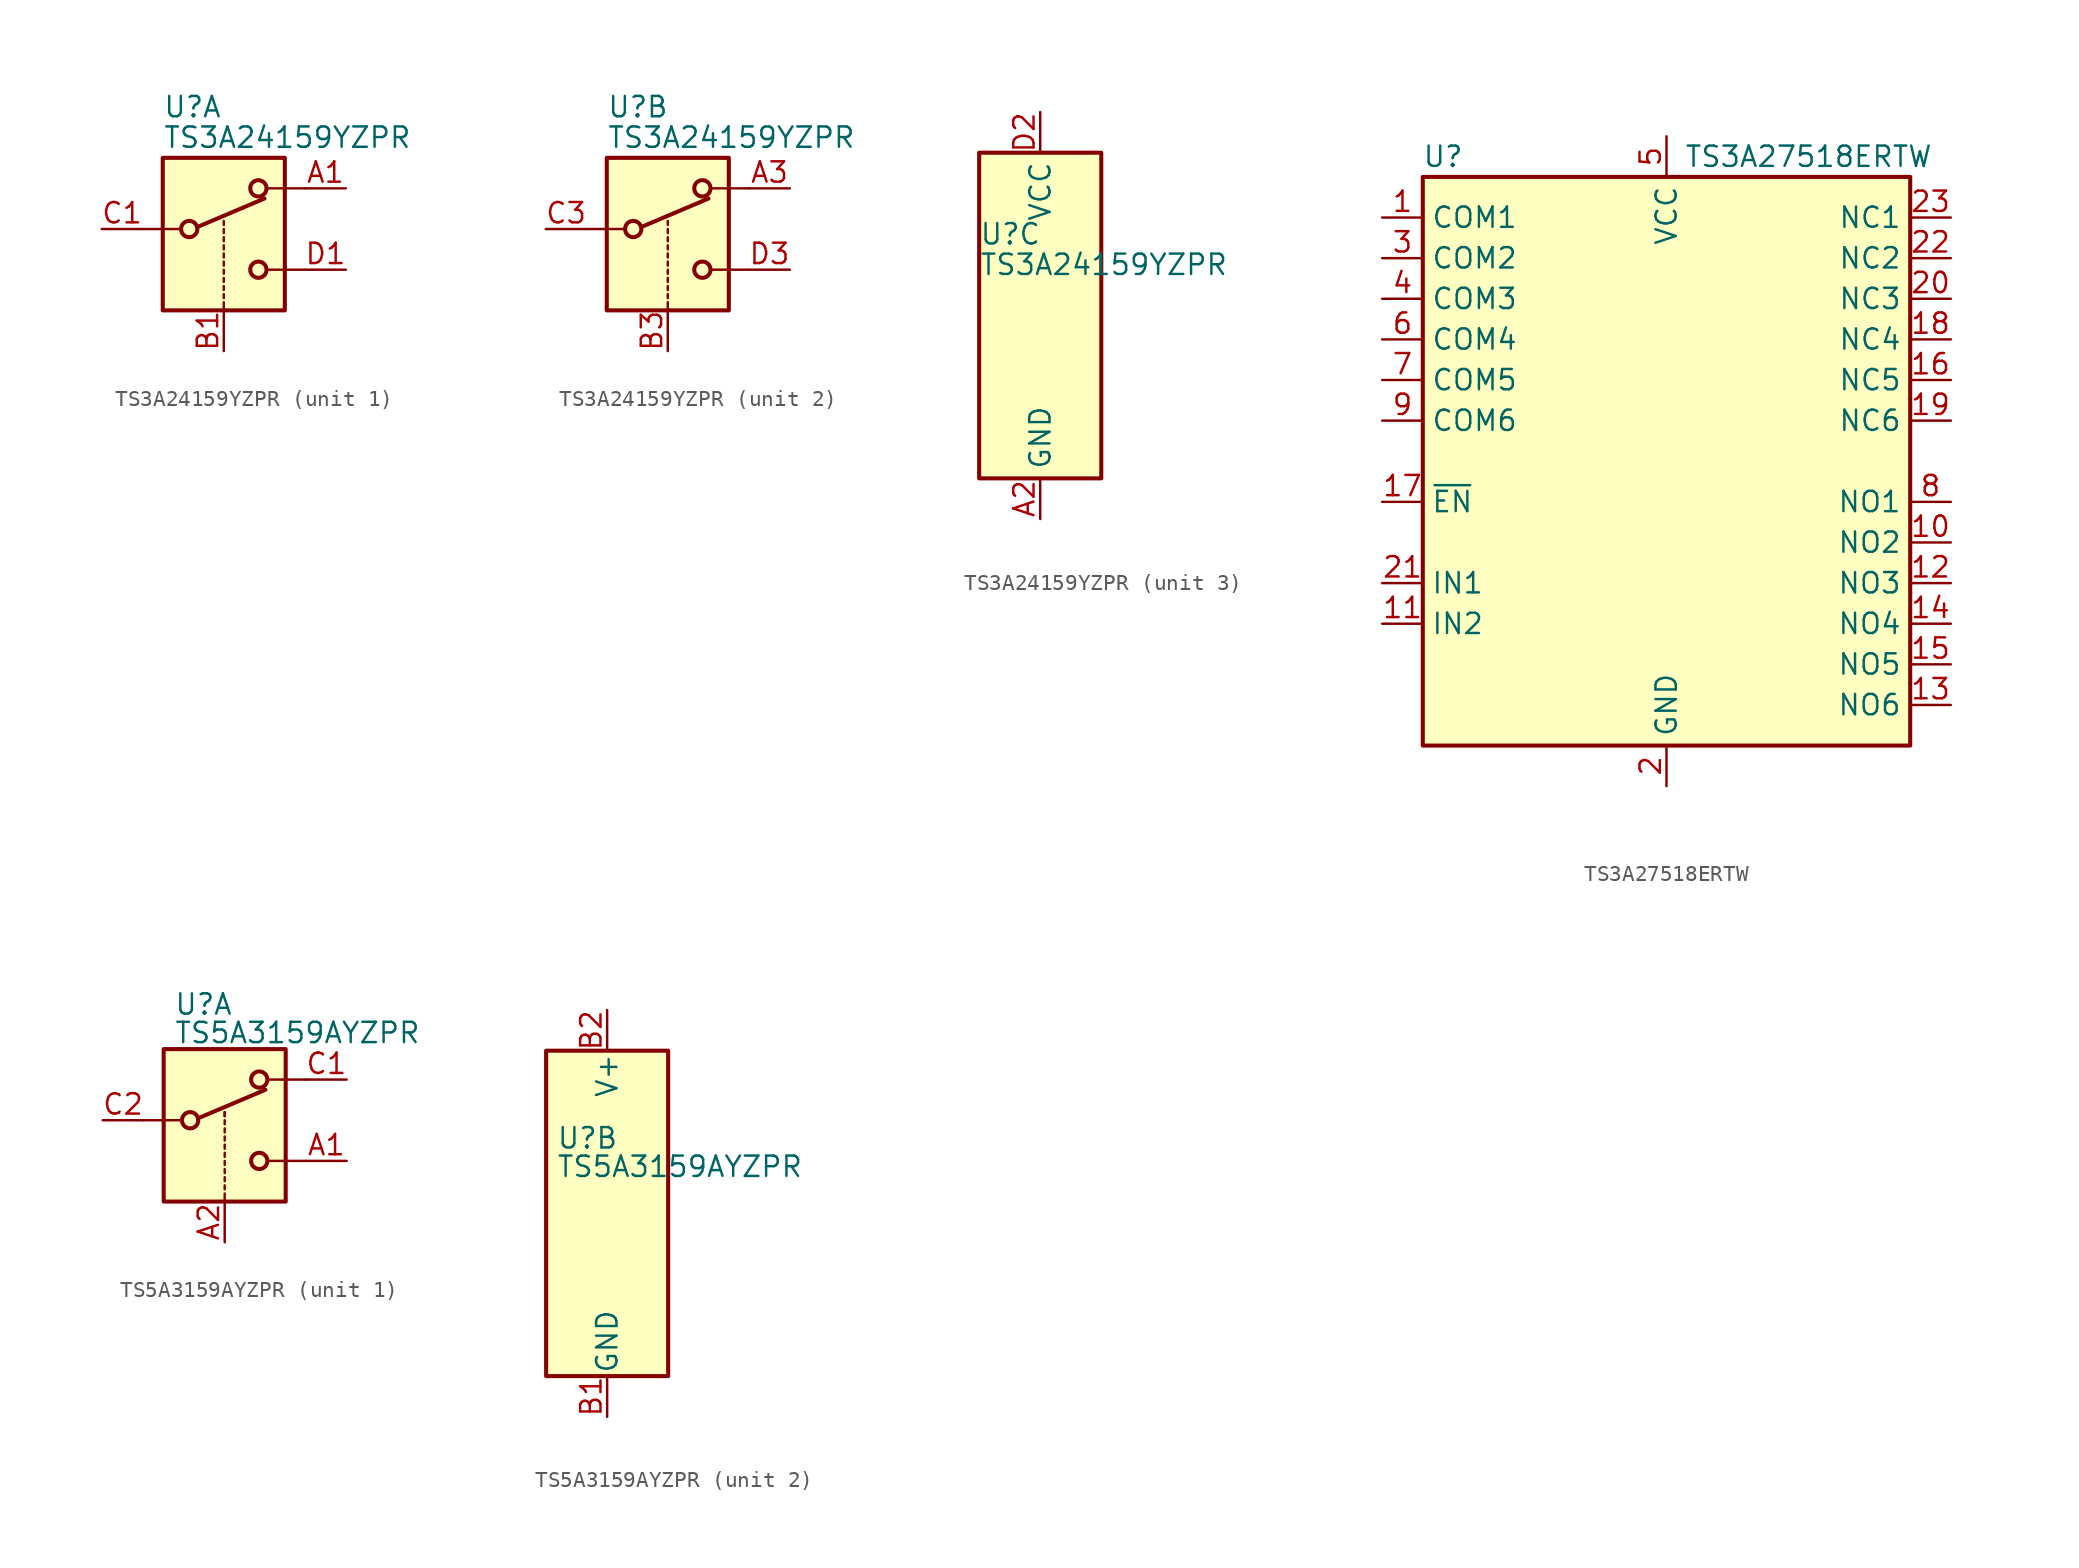
<source format=kicad_sym>
(kicad_symbol_lib
  (version 20211014)
  (generator kicad_symbol_editor)
  (symbol "TS3A24159YZPR"
    (property "Reference" "U"
      (at -3.81 5.08 0)
      (effects (font (size 1.27 1.27)) (justify left)))
    (property "Value" "TS3A24159YZPR"
      (at -3.81 3.175 0)
      (effects (font (size 1.27 1.27)) (justify left)))
    (property "ki_locked" ""
      (at 0 0 0)
      (effects (font (size 1.27 1.27))))
    (symbol "TS3A24159YZPR_1_1"
      (rectangle (start -3.81 1.905) (end 3.81 -7.62) (stroke (width 0.254) (type default) (color 0 0 0 0)) (fill (type background)))
      (circle (center -2.159 -2.54) (radius 0.508) (stroke (width 0.254) (type default) (color 0 0 0 0)) (fill (type none)))
      (polyline (pts (xy -5.08 -2.54) (xy -2.794 -2.54)) (stroke (width 0) (type default) (color 0 0 0 0)) (fill (type none)))
      (polyline (pts (xy -1.651 -2.413) (xy 2.54 -0.635)) (stroke (width 0.254) (type default) (color 0 0 0 0)) (fill (type none)))
      (polyline (pts (xy 0 -7.62) (xy 0 -7.112)) (stroke (width 0) (type default) (color 0 0 0 0)) (fill (type none)))
      (polyline (pts (xy 0 -6.858) (xy 0 -6.604)) (stroke (width 0) (type default) (color 0 0 0 0)) (fill (type none)))
      (polyline (pts (xy 0 -6.35) (xy 0 -6.096)) (stroke (width 0) (type default) (color 0 0 0 0)) (fill (type none)))
      (polyline (pts (xy 0 -5.842) (xy 0 -5.588)) (stroke (width 0) (type default) (color 0 0 0 0)) (fill (type none)))
      (polyline (pts (xy 0 -5.334) (xy 0 -5.08)) (stroke (width 0) (type default) (color 0 0 0 0)) (fill (type none)))
      (polyline (pts (xy 0 -4.826) (xy 0 -4.572)) (stroke (width 0) (type default) (color 0 0 0 0)) (fill (type none)))
      (polyline (pts (xy 0 -4.318) (xy 0 -4.064)) (stroke (width 0) (type default) (color 0 0 0 0)) (fill (type none)))
      (polyline (pts (xy 0 -3.81) (xy 0 -3.556)) (stroke (width 0) (type default) (color 0 0 0 0)) (fill (type none)))
      (polyline (pts (xy 0 -3.302) (xy 0 -3.048)) (stroke (width 0) (type default) (color 0 0 0 0)) (fill (type none)))
      (polyline (pts (xy 0 -2.794) (xy 0 -2.54)) (stroke (width 0) (type default) (color 0 0 0 0)) (fill (type none)))
      (polyline (pts (xy 0 -2.286) (xy 0 -2.032)) (stroke (width 0) (type default) (color 0 0 0 0)) (fill (type none)))
      (polyline (pts (xy 5.08 -5.08) (xy 2.794 -5.08)) (stroke (width 0) (type default) (color 0 0 0 0)) (fill (type none)))
      (polyline (pts (xy 5.08 0) (xy 2.794 0)) (stroke (width 0) (type default) (color 0 0 0 0)) (fill (type none)))
      (circle (center 2.159 -5.08) (radius 0.508) (stroke (width 0.254) (type default) (color 0 0 0 0)) (fill (type none)))
      (circle (center 2.159 0) (radius 0.508) (stroke (width 0.254) (type default) (color 0 0 0 0)) (fill (type none)))
      (pin passive line (at 7.62 0 180) (length 2.54) (name "~" (effects (font (size 1.27 1.27)))) (number "A1" (effects (font (size 1.27 1.27)))))
      (pin input line (at 0 -10.16 90) (length 2.54) (name "~" (effects (font (size 1.27 1.27)))) (number "B1" (effects (font (size 1.27 1.27)))))
      (pin passive line (at -7.62 -2.54 0) (length 2.54) (name "~" (effects (font (size 1.27 1.27)))) (number "C1" (effects (font (size 1.27 1.27)))))
      (pin passive line (at 7.62 -5.08 180) (length 2.54) (name "~" (effects (font (size 1.27 1.27)))) (number "D1" (effects (font (size 1.27 1.27))))))
    (symbol "TS3A24159YZPR_2_1"
      (rectangle (start -3.81 1.905) (end 3.81 -7.62) (stroke (width 0.254) (type default) (color 0 0 0 0)) (fill (type background)))
      (circle (center -2.159 -2.54) (radius 0.508) (stroke (width 0.254) (type default) (color 0 0 0 0)) (fill (type none)))
      (polyline (pts (xy -5.08 -2.54) (xy -2.794 -2.54)) (stroke (width 0) (type default) (color 0 0 0 0)) (fill (type none)))
      (polyline (pts (xy -1.651 -2.413) (xy 2.54 -0.635)) (stroke (width 0.254) (type default) (color 0 0 0 0)) (fill (type none)))
      (polyline (pts (xy 0 -7.62) (xy 0 -7.112)) (stroke (width 0) (type default) (color 0 0 0 0)) (fill (type none)))
      (polyline (pts (xy 0 -6.858) (xy 0 -6.604)) (stroke (width 0) (type default) (color 0 0 0 0)) (fill (type none)))
      (polyline (pts (xy 0 -6.35) (xy 0 -6.096)) (stroke (width 0) (type default) (color 0 0 0 0)) (fill (type none)))
      (polyline (pts (xy 0 -5.842) (xy 0 -5.588)) (stroke (width 0) (type default) (color 0 0 0 0)) (fill (type none)))
      (polyline (pts (xy 0 -5.334) (xy 0 -5.08)) (stroke (width 0) (type default) (color 0 0 0 0)) (fill (type none)))
      (polyline (pts (xy 0 -4.826) (xy 0 -4.572)) (stroke (width 0) (type default) (color 0 0 0 0)) (fill (type none)))
      (polyline (pts (xy 0 -4.318) (xy 0 -4.064)) (stroke (width 0) (type default) (color 0 0 0 0)) (fill (type none)))
      (polyline (pts (xy 0 -3.81) (xy 0 -3.556)) (stroke (width 0) (type default) (color 0 0 0 0)) (fill (type none)))
      (polyline (pts (xy 0 -3.302) (xy 0 -3.048)) (stroke (width 0) (type default) (color 0 0 0 0)) (fill (type none)))
      (polyline (pts (xy 0 -2.794) (xy 0 -2.54)) (stroke (width 0) (type default) (color 0 0 0 0)) (fill (type none)))
      (polyline (pts (xy 0 -2.286) (xy 0 -2.032)) (stroke (width 0) (type default) (color 0 0 0 0)) (fill (type none)))
      (polyline (pts (xy 5.08 -5.08) (xy 2.794 -5.08)) (stroke (width 0) (type default) (color 0 0 0 0)) (fill (type none)))
      (polyline (pts (xy 5.08 0) (xy 2.794 0)) (stroke (width 0) (type default) (color 0 0 0 0)) (fill (type none)))
      (circle (center 2.159 -5.08) (radius 0.508) (stroke (width 0.254) (type default) (color 0 0 0 0)) (fill (type none)))
      (circle (center 2.159 0) (radius 0.508) (stroke (width 0.254) (type default) (color 0 0 0 0)) (fill (type none)))
      (pin passive line (at 7.62 0 180) (length 2.54) (name "~" (effects (font (size 1.27 1.27)))) (number "A3" (effects (font (size 1.27 1.27)))))
      (pin input line (at 0 -10.16 90) (length 2.54) (name "~" (effects (font (size 1.27 1.27)))) (number "B3" (effects (font (size 1.27 1.27)))))
      (pin passive line (at -7.62 -2.54 0) (length 2.54) (name "~" (effects (font (size 1.27 1.27)))) (number "C3" (effects (font (size 1.27 1.27)))))
      (pin passive line (at 7.62 -5.08 180) (length 2.54) (name "~" (effects (font (size 1.27 1.27)))) (number "D3" (effects (font (size 1.27 1.27))))))
    (symbol "TS3A24159YZPR_3_1"
      (rectangle (start -3.81 10.16) (end 3.81 -10.16) (stroke (width 0.254) (type default) (color 0 0 0 0)) (fill (type background)))
      (pin power_in line (at 0 -12.7 90) (length 2.54) (name "GND" (effects (font (size 1.27 1.27)))) (number "A2" (effects (font (size 1.27 1.27)))))
      (pin power_in line (at 0 12.7 270) (length 2.54) (name "VCC" (effects (font (size 1.27 1.27)))) (number "D2" (effects (font (size 1.27 1.27)))))))
  (symbol "TS3A27518ERTW"
    (property "Reference" "U"
      (at -13.97 19.05 0)
      (effects (font (size 1.27 1.27))))
    (property "Value" "TS3A27518ERTW"
      (at 8.89 19.05 0)
      (effects (font (size 1.27 1.27))))
    (symbol "TS3A27518ERTW_0_1"
      (rectangle (start 15.24 -17.78) (end -15.24 17.78) (stroke (width 0.254) (type default) (color 0 0 0 0)) (fill (type background))))
    (symbol "TS3A27518ERTW_1_1"
      (pin bidirectional line (at -17.78 15.24 0) (length 2.54) (name "COM1" (effects (font (size 1.27 1.27)))) (number "1" (effects (font (size 1.27 1.27)))))
      (pin bidirectional line (at 17.78 -5.08 180) (length 2.54) (name "NO2" (effects (font (size 1.27 1.27)))) (number "10" (effects (font (size 1.27 1.27)))))
      (pin input line (at -17.78 -10.16 0) (length 2.54) (name "IN2" (effects (font (size 1.27 1.27)))) (number "11" (effects (font (size 1.27 1.27)))))
      (pin bidirectional line (at 17.78 -7.62 180) (length 2.54) (name "NO3" (effects (font (size 1.27 1.27)))) (number "12" (effects (font (size 1.27 1.27)))))
      (pin bidirectional line (at 17.78 -15.24 180) (length 2.54) (name "NO6" (effects (font (size 1.27 1.27)))) (number "13" (effects (font (size 1.27 1.27)))))
      (pin bidirectional line (at 17.78 -10.16 180) (length 2.54) (name "NO4" (effects (font (size 1.27 1.27)))) (number "14" (effects (font (size 1.27 1.27)))))
      (pin bidirectional line (at 17.78 -12.7 180) (length 2.54) (name "NO5" (effects (font (size 1.27 1.27)))) (number "15" (effects (font (size 1.27 1.27)))))
      (pin bidirectional line (at 17.78 5.08 180) (length 2.54) (name "NC5" (effects (font (size 1.27 1.27)))) (number "16" (effects (font (size 1.27 1.27)))))
      (pin input line (at -17.78 -2.54 0) (length 2.54) (name "~{EN}" (effects (font (size 1.27 1.27)))) (number "17" (effects (font (size 1.27 1.27)))))
      (pin bidirectional line (at 17.78 7.62 180) (length 2.54) (name "NC4" (effects (font (size 1.27 1.27)))) (number "18" (effects (font (size 1.27 1.27)))))
      (pin bidirectional line (at 17.78 2.54 180) (length 2.54) (name "NC6" (effects (font (size 1.27 1.27)))) (number "19" (effects (font (size 1.27 1.27)))))
      (pin power_in line (at 0 -20.32 90) (length 2.54) (name "GND" (effects (font (size 1.27 1.27)))) (number "2" (effects (font (size 1.27 1.27)))))
      (pin bidirectional line (at 17.78 10.16 180) (length 2.54) (name "NC3" (effects (font (size 1.27 1.27)))) (number "20" (effects (font (size 1.27 1.27)))))
      (pin input line (at -17.78 -7.62 0) (length 2.54) (name "IN1" (effects (font (size 1.27 1.27)))) (number "21" (effects (font (size 1.27 1.27)))))
      (pin bidirectional line (at 17.78 12.7 180) (length 2.54) (name "NC2" (effects (font (size 1.27 1.27)))) (number "22" (effects (font (size 1.27 1.27)))))
      (pin bidirectional line (at 17.78 15.24 180) (length 2.54) (name "NC1" (effects (font (size 1.27 1.27)))) (number "23" (effects (font (size 1.27 1.27)))))
      (pin no_connect line (at -15.24 -15.24 0) (length 2.54) hide (name "N.C." (effects (font (size 1.27 1.27)))) (number "24" (effects (font (size 1.27 1.27)))))
      (pin passive line (at 0 -20.32 90) (length 2.54) hide (name "GND" (effects (font (size 1.27 1.27)))) (number "25" (effects (font (size 1.27 1.27)))))
      (pin bidirectional line (at -17.78 12.7 0) (length 2.54) (name "COM2" (effects (font (size 1.27 1.27)))) (number "3" (effects (font (size 1.27 1.27)))))
      (pin bidirectional line (at -17.78 10.16 0) (length 2.54) (name "COM3" (effects (font (size 1.27 1.27)))) (number "4" (effects (font (size 1.27 1.27)))))
      (pin power_in line (at 0 20.32 270) (length 2.54) (name "VCC" (effects (font (size 1.27 1.27)))) (number "5" (effects (font (size 1.27 1.27)))))
      (pin bidirectional line (at -17.78 7.62 0) (length 2.54) (name "COM4" (effects (font (size 1.27 1.27)))) (number "6" (effects (font (size 1.27 1.27)))))
      (pin bidirectional line (at -17.78 5.08 0) (length 2.54) (name "COM5" (effects (font (size 1.27 1.27)))) (number "7" (effects (font (size 1.27 1.27)))))
      (pin bidirectional line (at 17.78 -2.54 180) (length 2.54) (name "NO1" (effects (font (size 1.27 1.27)))) (number "8" (effects (font (size 1.27 1.27)))))
      (pin bidirectional line (at -17.78 2.54 0) (length 2.54) (name "COM6" (effects (font (size 1.27 1.27)))) (number "9" (effects (font (size 1.27 1.27)))))))
  (symbol "TS5A3159AYZPR"
    (pin_names
      (offset 0.127))
    (property "Reference" "U"
      (at -3.175 4.699 0)
      (effects (font (size 1.27 1.27)) (justify left)))
    (property "Value" "TS5A3159AYZPR"
      (at -3.175 2.921 0)
      (effects (font (size 1.27 1.27)) (justify left)))
    (symbol "TS5A3159AYZPR_1_1"
      (rectangle (start -3.81 1.905) (end 3.81 -7.62) (stroke (width 0.254) (type default) (color 0 0 0 0)) (fill (type background)))
      (circle (center -2.159 -2.54) (radius 0.508) (stroke (width 0.254) (type default) (color 0 0 0 0)) (fill (type none)))
      (polyline (pts (xy -5.08 -2.54) (xy -2.794 -2.54)) (stroke (width 0) (type default) (color 0 0 0 0)) (fill (type none)))
      (polyline (pts (xy -1.651 -2.413) (xy 2.54 -0.635)) (stroke (width 0.254) (type default) (color 0 0 0 0)) (fill (type none)))
      (polyline (pts (xy 0 -7.62) (xy 0 -7.112)) (stroke (width 0) (type default) (color 0 0 0 0)) (fill (type none)))
      (polyline (pts (xy 0 -6.858) (xy 0 -6.604)) (stroke (width 0) (type default) (color 0 0 0 0)) (fill (type none)))
      (polyline (pts (xy 0 -6.35) (xy 0 -6.096)) (stroke (width 0) (type default) (color 0 0 0 0)) (fill (type none)))
      (polyline (pts (xy 0 -5.842) (xy 0 -5.588)) (stroke (width 0) (type default) (color 0 0 0 0)) (fill (type none)))
      (polyline (pts (xy 0 -5.334) (xy 0 -5.08)) (stroke (width 0) (type default) (color 0 0 0 0)) (fill (type none)))
      (polyline (pts (xy 0 -4.826) (xy 0 -4.572)) (stroke (width 0) (type default) (color 0 0 0 0)) (fill (type none)))
      (polyline (pts (xy 0 -4.318) (xy 0 -4.064)) (stroke (width 0) (type default) (color 0 0 0 0)) (fill (type none)))
      (polyline (pts (xy 0 -3.81) (xy 0 -3.556)) (stroke (width 0) (type default) (color 0 0 0 0)) (fill (type none)))
      (polyline (pts (xy 0 -3.302) (xy 0 -3.048)) (stroke (width 0) (type default) (color 0 0 0 0)) (fill (type none)))
      (polyline (pts (xy 0 -2.794) (xy 0 -2.54)) (stroke (width 0) (type default) (color 0 0 0 0)) (fill (type none)))
      (polyline (pts (xy 0 -2.286) (xy 0 -2.032)) (stroke (width 0) (type default) (color 0 0 0 0)) (fill (type none)))
      (polyline (pts (xy 0 -2.286) (xy 0 -2.032)) (stroke (width 0) (type default) (color 0 0 0 0)) (fill (type none)))
      (polyline (pts (xy 5.08 -5.08) (xy 2.794 -5.08)) (stroke (width 0) (type default) (color 0 0 0 0)) (fill (type none)))
      (polyline (pts (xy 5.08 0) (xy 2.794 0)) (stroke (width 0) (type default) (color 0 0 0 0)) (fill (type none)))
      (circle (center 2.159 -5.08) (radius 0.508) (stroke (width 0.254) (type default) (color 0 0 0 0)) (fill (type none)))
      (circle (center 2.159 0) (radius 0.508) (stroke (width 0.254) (type default) (color 0 0 0 0)) (fill (type none)))
      (pin passive line (at 7.62 -5.08 180) (length 2.54) (name "~" (effects (font (size 1.27 1.27)))) (number "A1" (effects (font (size 1.27 1.27)))))
      (pin input line (at 0 -10.16 90) (length 2.54) (name "~" (effects (font (size 1.27 1.27)))) (number "A2" (effects (font (size 1.27 1.27)))))
      (pin passive line (at 7.62 0 180) (length 2.54) (name "~" (effects (font (size 1.27 1.27)))) (number "C1" (effects (font (size 1.27 1.27)))))
      (pin passive line (at -7.62 -2.54 0) (length 2.54) (name "~" (effects (font (size 1.27 1.27)))) (number "C2" (effects (font (size 1.27 1.27))))))
    (symbol "TS5A3159AYZPR_2_0"
      (pin power_in line (at 0 -12.7 90) (length 2.54) (name "GND" (effects (font (size 1.27 1.27)))) (number "B1" (effects (font (size 1.27 1.27)))))
      (pin power_in line (at 0 12.7 270) (length 2.54) (name "V+" (effects (font (size 1.27 1.27)))) (number "B2" (effects (font (size 1.27 1.27))))))
    (symbol "TS5A3159AYZPR_2_1"
      (rectangle (start -3.81 10.16) (end 3.81 -10.16) (stroke (width 0.254) (type default) (color 0 0 0 0)) (fill (type background))))))
</source>
